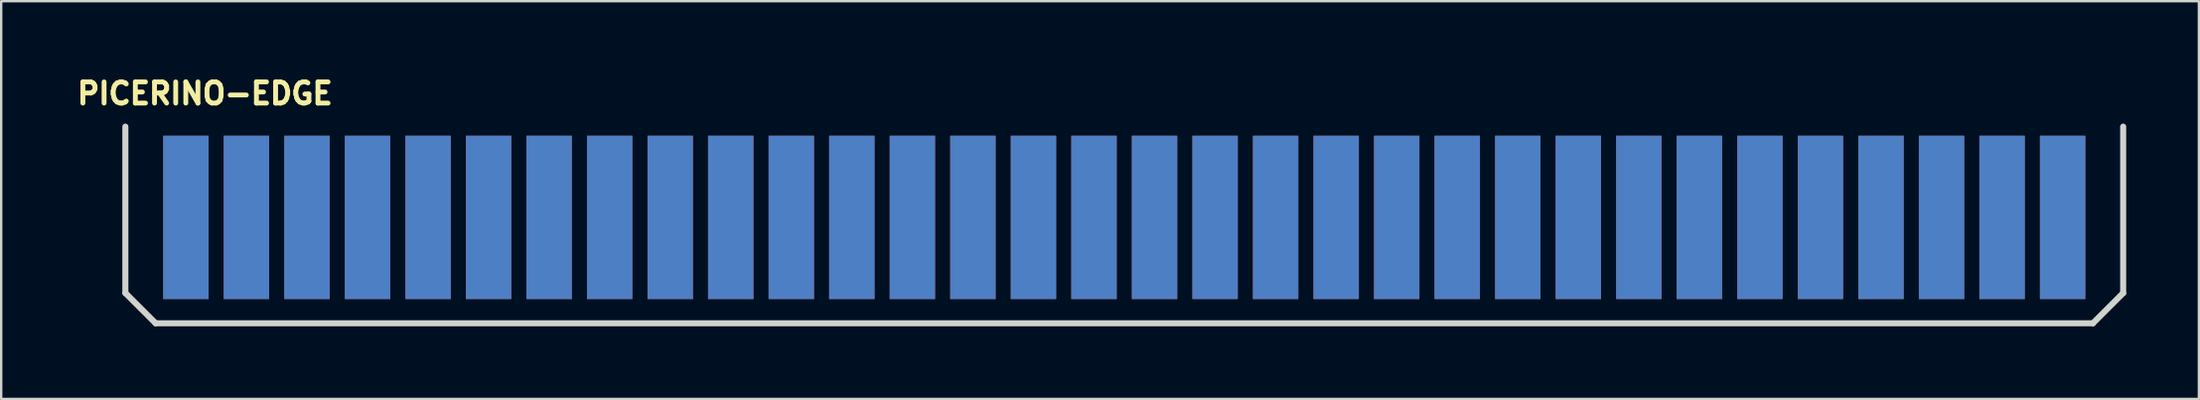
<source format=kicad_pcb>
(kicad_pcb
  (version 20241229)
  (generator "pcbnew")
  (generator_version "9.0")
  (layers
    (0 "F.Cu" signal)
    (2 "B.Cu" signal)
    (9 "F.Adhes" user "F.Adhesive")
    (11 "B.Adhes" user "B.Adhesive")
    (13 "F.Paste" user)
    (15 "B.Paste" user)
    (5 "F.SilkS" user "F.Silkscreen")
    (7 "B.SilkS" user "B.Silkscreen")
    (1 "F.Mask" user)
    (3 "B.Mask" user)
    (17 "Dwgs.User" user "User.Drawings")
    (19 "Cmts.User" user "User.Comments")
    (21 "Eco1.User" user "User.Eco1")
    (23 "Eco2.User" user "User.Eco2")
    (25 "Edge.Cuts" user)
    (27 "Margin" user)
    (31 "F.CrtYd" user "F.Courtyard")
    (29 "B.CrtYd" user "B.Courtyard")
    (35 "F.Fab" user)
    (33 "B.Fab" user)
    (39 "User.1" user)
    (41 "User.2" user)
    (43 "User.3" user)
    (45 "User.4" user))
  (footprint "PICERINO-EDGE"
    (layer "F.Cu")
    (at 4.75 6.077)
    (property "Reference" "PICERINO-EDGE" (at 0.8 -5.2 0) (layer "F.SilkS") (effects (font (size 0.889 0.889) (thickness 0.203))))
    (fp_rect (start -2.54 -3.81) (end 81.407 4.572) (stroke (width 0.1) (type solid)) (fill yes) (layer "F.Mask"))
    (fp_rect (start -2.54 -3.81) (end 81.407 4.572) (stroke (width 0.1) (type solid)) (fill yes) (layer "B.Mask"))
    (fp_line (start -2.54 -3.81) (end -2.54 3.175) (stroke (width 0.254) (type solid)) (layer "Edge.Cuts"))
    (fp_line (start -2.54 3.175) (end -1.27 4.445) (stroke (width 0.254) (type solid)) (layer "Edge.Cuts"))
    (fp_line (start -1.27 4.445) (end 80.01 4.445) (stroke (width 0.254) (type solid)) (layer "Edge.Cuts"))
    (fp_line (start 80.01 4.445) (end 81.28 3.175) (stroke (width 0.254) (type solid)) (layer "Edge.Cuts"))
    (fp_line (start 81.28 3.175) (end 81.28 -3.81) (stroke (width 0.254) (type solid)) (layer "Edge.Cuts"))
    (pad "A1" connect rect (at 0 0) (size 1.905 6.858) (layers "B.Cu" "B.Mask"))
    (pad "A2" connect rect (at 2.54 0) (size 1.905 6.858) (layers "B.Cu" "B.Mask"))
    (pad "A3" connect rect (at 5.08 0) (size 1.905 6.858) (layers "B.Cu" "B.Mask"))
    (pad "A4" connect rect (at 7.62 0) (size 1.905 6.858) (layers "B.Cu" "B.Mask"))
    (pad "A5" connect rect (at 10.16 0) (size 1.905 6.858) (layers "B.Cu" "B.Mask"))
    (pad "A6" connect rect (at 12.7 0) (size 1.905 6.858) (layers "B.Cu" "B.Mask"))
    (pad "A7" connect rect (at 15.24 0) (size 1.905 6.858) (layers "B.Cu" "B.Mask"))
    (pad "A8" connect rect (at 17.78 0) (size 1.905 6.858) (layers "B.Cu" "B.Mask"))
    (pad "A9" connect rect (at 20.32 0) (size 1.905 6.858) (layers "B.Cu" "B.Mask"))
    (pad "A10" connect rect (at 22.86 0) (size 1.905 6.858) (layers "B.Cu" "B.Mask"))
    (pad "A11" connect rect (at 25.4 0) (size 1.905 6.858) (layers "B.Cu" "B.Mask"))
    (pad "A12" connect rect (at 27.94 0) (size 1.905 6.858) (layers "B.Cu" "B.Mask"))
    (pad "A13" connect rect (at 30.48 0) (size 1.905 6.858) (layers "B.Cu" "B.Mask"))
    (pad "A14" connect rect (at 33.02 0) (size 1.905 6.858) (layers "B.Cu" "B.Mask"))
    (pad "A15" connect rect (at 35.56 0) (size 1.905 6.858) (layers "B.Cu" "B.Mask"))
    (pad "A16" connect rect (at 38.1 0) (size 1.905 6.858) (layers "B.Cu" "B.Mask"))
    (pad "A17" connect rect (at 40.64 0) (size 1.905 6.858) (layers "B.Cu" "B.Mask"))
    (pad "A18" connect rect (at 43.18 0) (size 1.905 6.858) (layers "B.Cu" "B.Mask"))
    (pad "A19" connect rect (at 45.72 0) (size 1.905 6.858) (layers "B.Cu" "B.Mask"))
    (pad "A20" connect rect (at 48.26 0) (size 1.905 6.858) (layers "B.Cu" "B.Mask"))
    (pad "A21" connect rect (at 50.8 0) (size 1.905 6.858) (layers "B.Cu" "B.Mask"))
    (pad "A22" connect rect (at 53.34 0) (size 1.905 6.858) (layers "B.Cu" "B.Mask"))
    (pad "A23" connect rect (at 55.88 0) (size 1.905 6.858) (layers "B.Cu" "B.Mask"))
    (pad "A24" connect rect (at 58.42 0) (size 1.905 6.858) (layers "B.Cu" "B.Mask"))
    (pad "A25" connect rect (at 60.96 0) (size 1.905 6.858) (layers "B.Cu" "B.Mask"))
    (pad "A26" connect rect (at 63.5 0) (size 1.905 6.858) (layers "B.Cu" "B.Mask"))
    (pad "A27" connect rect (at 66.04 0) (size 1.905 6.858) (layers "B.Cu" "B.Mask"))
    (pad "A28" connect rect (at 68.58 0) (size 1.905 6.858) (layers "B.Cu" "B.Mask"))
    (pad "A29" connect rect (at 71.12 0) (size 1.905 6.858) (layers "B.Cu" "B.Mask"))
    (pad "A30" connect rect (at 73.66 0) (size 1.905 6.858) (layers "B.Cu" "B.Mask"))
    (pad "A31" connect rect (at 76.2 0) (size 1.905 6.858) (layers "B.Cu" "B.Mask"))
    (pad "A32" connect rect (at 78.74 0) (size 1.905 6.858) (layers "B.Cu" "B.Mask"))
    (pad "B1" connect rect (at 0 0) (size 1.905 6.858) (layers "F.Cu" "F.Mask"))
    (pad "B2" connect rect (at 2.54 0) (size 1.905 6.858) (layers "F.Cu" "F.Mask"))
    (pad "B3" connect rect (at 5.08 0) (size 1.905 6.858) (layers "F.Cu" "F.Mask"))
    (pad "B4" connect rect (at 7.62 0) (size 1.905 6.858) (layers "F.Cu" "F.Mask"))
    (pad "B5" connect rect (at 10.16 0) (size 1.905 6.858) (layers "F.Cu" "F.Mask"))
    (pad "B6" connect rect (at 12.7 0) (size 1.905 6.858) (layers "F.Cu" "F.Mask"))
    (pad "B7" connect rect (at 15.24 0) (size 1.905 6.858) (layers "F.Cu" "F.Mask"))
    (pad "B8" connect rect (at 17.78 0) (size 1.905 6.858) (layers "F.Cu" "F.Mask"))
    (pad "B9" connect rect (at 20.32 0) (size 1.905 6.858) (layers "F.Cu" "F.Mask"))
    (pad "B10" connect rect (at 22.86 0) (size 1.905 6.858) (layers "F.Cu" "F.Mask"))
    (pad "B11" connect rect (at 25.4 0) (size 1.905 6.858) (layers "F.Cu" "F.Mask"))
    (pad "B12" connect rect (at 27.94 0) (size 1.905 6.858) (layers "F.Cu" "F.Mask"))
    (pad "B13" connect rect (at 30.48 0) (size 1.905 6.858) (layers "F.Cu" "F.Mask"))
    (pad "B14" connect rect (at 33.02 0) (size 1.905 6.858) (layers "F.Cu" "F.Mask"))
    (pad "B15" connect rect (at 35.56 0) (size 1.905 6.858) (layers "F.Cu" "F.Mask"))
    (pad "B16" connect rect (at 38.1 0) (size 1.905 6.858) (layers "F.Cu" "F.Mask"))
    (pad "B17" connect rect (at 40.64 0) (size 1.905 6.858) (layers "F.Cu" "F.Mask"))
    (pad "B18" connect rect (at 43.18 0) (size 1.905 6.858) (layers "F.Cu" "F.Mask"))
    (pad "B19" connect rect (at 45.72 0) (size 1.905 6.858) (layers "F.Cu" "F.Mask"))
    (pad "B20" connect rect (at 48.26 0) (size 1.905 6.858) (layers "F.Cu" "F.Mask"))
    (pad "B21" connect rect (at 50.8 0) (size 1.905 6.858) (layers "F.Cu" "F.Mask"))
    (pad "B22" connect rect (at 53.34 0) (size 1.905 6.858) (layers "F.Cu" "F.Mask"))
    (pad "B23" connect rect (at 55.88 0) (size 1.905 6.858) (layers "F.Cu" "F.Mask"))
    (pad "B24" connect rect (at 58.42 0) (size 1.905 6.858) (layers "F.Cu" "F.Mask"))
    (pad "B25" connect rect (at 60.96 0) (size 1.905 6.858) (layers "F.Cu" "F.Mask"))
    (pad "B26" connect rect (at 63.5 0) (size 1.905 6.858) (layers "F.Cu" "F.Mask"))
    (pad "B27" connect rect (at 66.04 0) (size 1.905 6.858) (layers "F.Cu" "F.Mask"))
    (pad "B28" connect rect (at 68.58 0) (size 1.905 6.858) (layers "F.Cu" "F.Mask"))
    (pad "B29" connect rect (at 71.12 0) (size 1.905 6.858) (layers "F.Cu" "F.Mask"))
    (pad "B30" connect rect (at 73.66 0) (size 1.905 6.858) (layers "F.Cu" "F.Mask"))
    (pad "B31" connect rect (at 76.2 0) (size 1.905 6.858) (layers "F.Cu" "F.Mask"))
    (pad "B32" connect rect (at 78.74 0) (size 1.905 6.858) (layers "F.Cu" "F.Mask")))
  (gr_rect
    (start -3 -3)
    (end 89.207 13.699)
    (stroke (width 0.1) (type default))
    (fill no)
    (layer "Edge.Cuts")))
</source>
